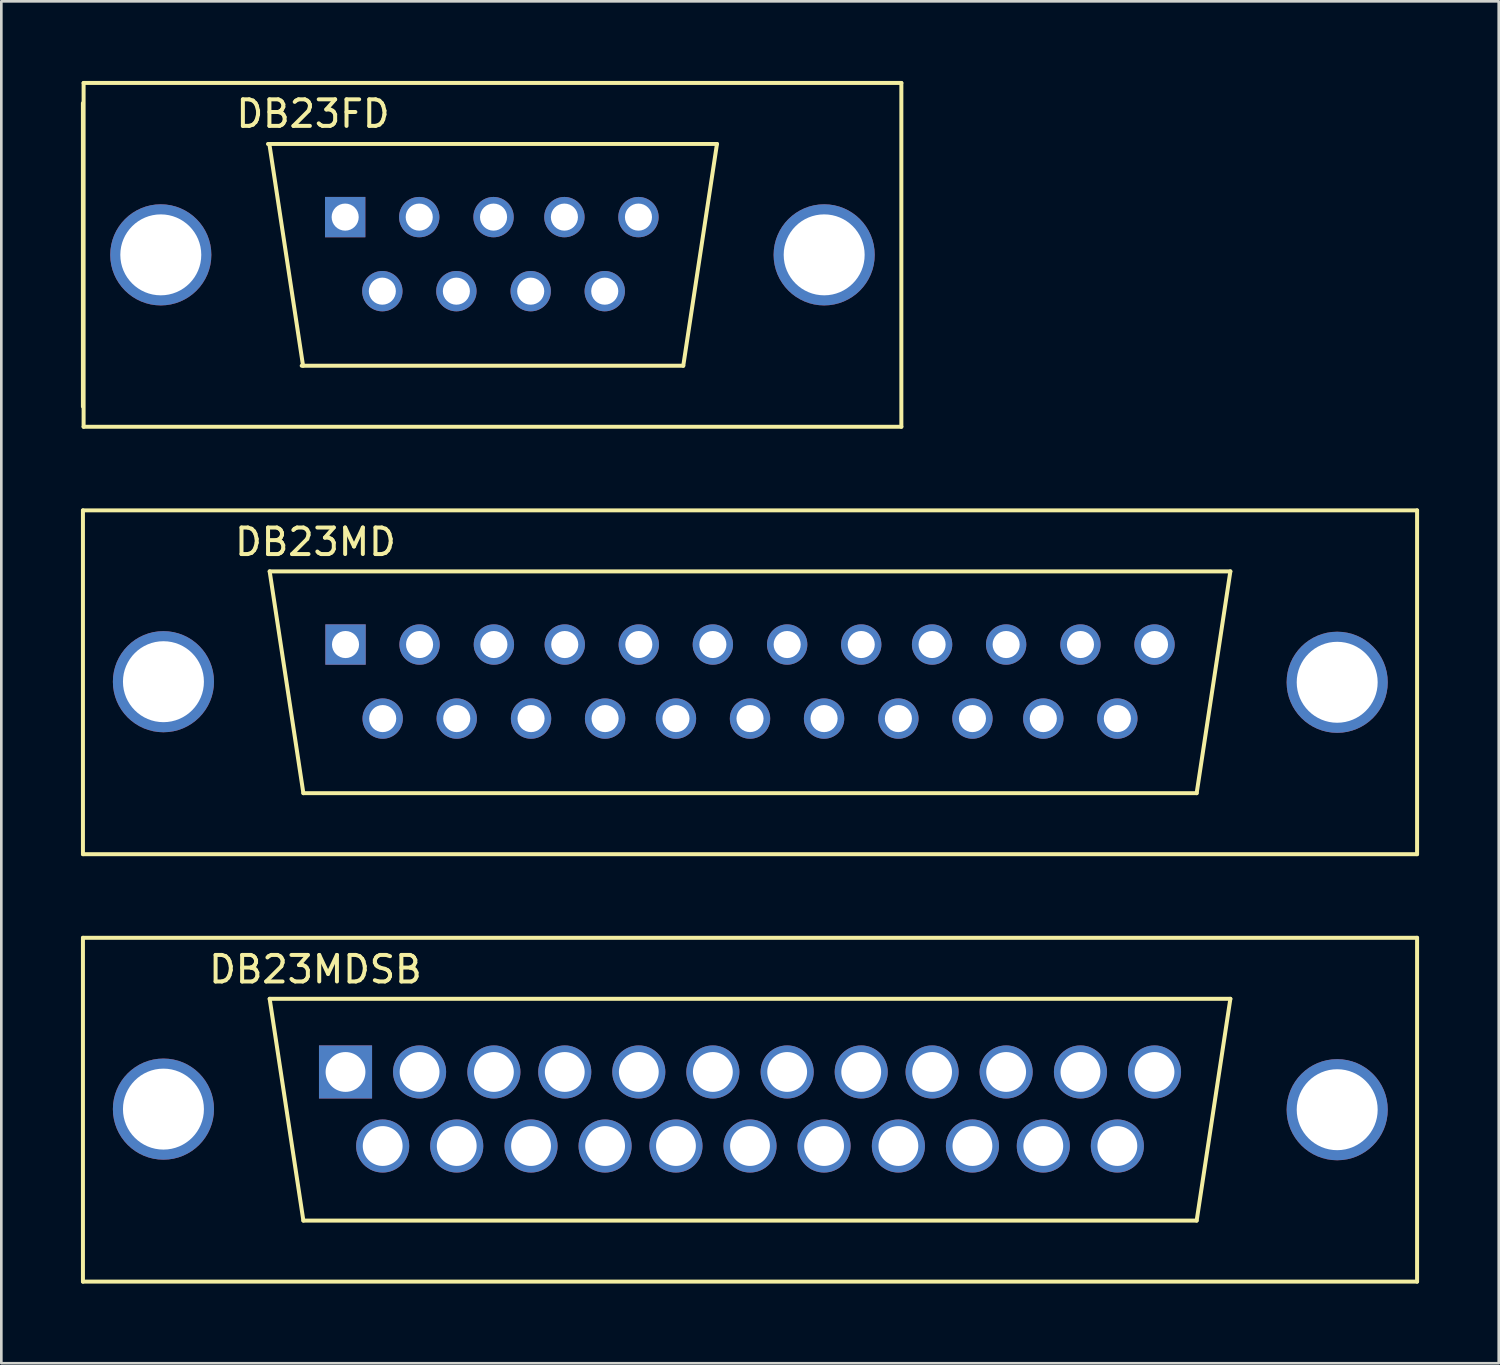
<source format=kicad_pcb>
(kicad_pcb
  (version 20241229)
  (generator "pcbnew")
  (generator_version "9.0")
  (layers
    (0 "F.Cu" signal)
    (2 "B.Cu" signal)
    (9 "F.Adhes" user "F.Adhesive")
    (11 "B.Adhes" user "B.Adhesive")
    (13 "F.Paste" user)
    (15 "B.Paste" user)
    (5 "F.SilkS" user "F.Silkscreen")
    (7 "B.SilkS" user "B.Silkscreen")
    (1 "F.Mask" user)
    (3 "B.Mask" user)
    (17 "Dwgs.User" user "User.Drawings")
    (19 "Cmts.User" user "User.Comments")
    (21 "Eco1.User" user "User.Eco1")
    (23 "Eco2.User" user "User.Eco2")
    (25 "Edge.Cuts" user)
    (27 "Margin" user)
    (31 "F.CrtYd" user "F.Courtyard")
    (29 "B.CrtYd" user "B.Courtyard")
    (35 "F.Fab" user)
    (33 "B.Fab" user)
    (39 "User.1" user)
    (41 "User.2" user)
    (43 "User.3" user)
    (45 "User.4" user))
  (footprint "DB23MD"
    (layer "F.Cu")
    (at 25.208 22.656)
    (property "Reference" "DB23MD" (at -16.373 -5.286 180) (layer "F.SilkS") (effects (font (size 1 1) (thickness 0.15))))
    (attr through_hole)
    (fp_line (start -25.133 -6.477) (end -25.133 6.477) (stroke (width 0.15) (type solid)) (layer "F.SilkS"))
    (fp_line (start -25.133 6.477) (end 25.133 6.477) (stroke (width 0.15) (type solid)) (layer "F.SilkS"))
    (fp_line (start -18.098 -4.178) (end -16.828 4.178) (stroke (width 0.15) (type solid)) (layer "F.SilkS"))
    (fp_line (start -18.098 -4.178) (end 18.098 -4.178) (stroke (width 0.15) (type solid)) (layer "F.SilkS"))
    (fp_line (start -16.828 4.178) (end 16.828 4.178) (stroke (width 0.15) (type solid)) (layer "F.SilkS"))
    (fp_line (start 16.828 4.178) (end 18.098 -4.178) (stroke (width 0.15) (type solid)) (layer "F.SilkS"))
    (fp_line (start 25.133 -6.477) (end -25.133 -6.477) (stroke (width 0.15) (type solid)) (layer "F.SilkS"))
    (fp_line (start 25.133 6.477) (end 25.133 -6.477) (stroke (width 0.15) (type solid)) (layer "F.SilkS"))
    (pad "0" thru_hole circle (at -22.1 -0.022) (size 3.81 3.81) (drill 3.05) (layers "*.Cu" "*.Mask"))
    (pad "0" thru_hole circle (at 22.123 0) (size 3.81 3.81) (drill 3.05) (layers "*.Cu" "*.Mask"))
    (pad "1" thru_hole rect (at -15.24 -1.422) (size 1.52 1.52) (drill 1.02) (layers "*.Cu" "*.Mask"))
    (pad "2" thru_hole circle (at -12.45 -1.422) (size 1.52 1.52) (drill 1.02) (layers "*.Cu" "*.Mask"))
    (pad "3" thru_hole circle (at -9.65 -1.422) (size 1.52 1.52) (drill 1.02) (layers "*.Cu" "*.Mask"))
    (pad "4" thru_hole circle (at -6.98 -1.422) (size 1.52 1.52) (drill 1.02) (layers "*.Cu" "*.Mask"))
    (pad "5" thru_hole circle (at -4.19 -1.422) (size 1.52 1.52) (drill 1.02) (layers "*.Cu" "*.Mask"))
    (pad "6" thru_hole circle (at -1.4 -1.422) (size 1.52 1.52) (drill 1.02) (layers "*.Cu" "*.Mask"))
    (pad "7" thru_hole circle (at 1.4 -1.422) (size 1.52 1.52) (drill 1.02) (layers "*.Cu" "*.Mask"))
    (pad "8" thru_hole circle (at 4.19 -1.422) (size 1.52 1.52) (drill 1.02) (layers "*.Cu" "*.Mask"))
    (pad "9" thru_hole circle (at 6.86 -1.422) (size 1.52 1.52) (drill 1.02) (layers "*.Cu" "*.Mask"))
    (pad "10" thru_hole circle (at 9.65 -1.422) (size 1.52 1.52) (drill 1.02) (layers "*.Cu" "*.Mask"))
    (pad "11" thru_hole circle (at 12.45 -1.422) (size 1.52 1.52) (drill 1.02) (layers "*.Cu" "*.Mask"))
    (pad "12" thru_hole circle (at 15.24 -1.422) (size 1.52 1.52) (drill 1.02) (layers "*.Cu" "*.Mask"))
    (pad "13" thru_hole circle (at -13.84 1.368) (size 1.52 1.52) (drill 1.02) (layers "*.Cu" "*.Mask"))
    (pad "14" thru_hole circle (at -11.05 1.368) (size 1.52 1.52) (drill 1.02) (layers "*.Cu" "*.Mask"))
    (pad "15" thru_hole circle (at -8.25 1.368) (size 1.52 1.52) (drill 1.02) (layers "*.Cu" "*.Mask"))
    (pad "16" thru_hole circle (at -5.46 1.368) (size 1.52 1.52) (drill 1.02) (layers "*.Cu" "*.Mask"))
    (pad "17" thru_hole circle (at -2.79 1.368) (size 1.52 1.52) (drill 1.02) (layers "*.Cu" "*.Mask"))
    (pad "18" thru_hole circle (at 0 1.368) (size 1.52 1.52) (drill 1.02) (layers "*.Cu" "*.Mask"))
    (pad "19" thru_hole circle (at 2.79 1.368) (size 1.52 1.52) (drill 1.02) (layers "*.Cu" "*.Mask"))
    (pad "20" thru_hole circle (at 5.59 1.368) (size 1.52 1.52) (drill 1.02) (layers "*.Cu" "*.Mask"))
    (pad "21" thru_hole circle (at 8.38 1.368) (size 1.52 1.52) (drill 1.02) (layers "*.Cu" "*.Mask"))
    (pad "22" thru_hole circle (at 11.05 1.368) (size 1.52 1.52) (drill 1.02) (layers "*.Cu" "*.Mask"))
    (pad "23" thru_hole circle (at 13.84 1.368) (size 1.52 1.52) (drill 1.02) (layers "*.Cu" "*.Mask")))
  (footprint "DB23MDSB"
    (layer "F.Cu")
    (at 25.208 38.76)
    (property "Reference" "DB23MDSB" (at -16.373 -5.286 180) (layer "F.SilkS") (effects (font (size 1 1) (thickness 0.15))))
    (attr through_hole)
    (fp_line (start -25.133 -6.477) (end -25.133 6.477) (stroke (width 0.15) (type solid)) (layer "F.SilkS"))
    (fp_line (start -25.133 6.477) (end 25.133 6.477) (stroke (width 0.15) (type solid)) (layer "F.SilkS"))
    (fp_line (start -18.098 -4.178) (end -16.828 4.178) (stroke (width 0.15) (type solid)) (layer "F.SilkS"))
    (fp_line (start -18.098 -4.178) (end 18.098 -4.178) (stroke (width 0.15) (type solid)) (layer "F.SilkS"))
    (fp_line (start -16.828 4.178) (end 16.828 4.178) (stroke (width 0.15) (type solid)) (layer "F.SilkS"))
    (fp_line (start 16.828 4.178) (end 18.098 -4.178) (stroke (width 0.15) (type solid)) (layer "F.SilkS"))
    (fp_line (start 25.133 -6.477) (end -25.133 -6.477) (stroke (width 0.15) (type solid)) (layer "F.SilkS"))
    (fp_line (start 25.133 6.477) (end 25.133 -6.477) (stroke (width 0.15) (type solid)) (layer "F.SilkS"))
    (pad "0" thru_hole circle (at -22.1 -0.022) (size 3.81 3.81) (drill 3.05) (layers "*.Cu" "*.Mask"))
    (pad "0" thru_hole circle (at 22.123 0) (size 3.81 3.81) (drill 3.05) (layers "*.Cu" "*.Mask"))
    (pad "1" thru_hole rect (at -15.24 -1.422) (size 2 2) (drill 1.5) (layers "*.Cu" "*.Mask"))
    (pad "2" thru_hole circle (at -12.45 -1.422) (size 2 2) (drill 1.5) (layers "*.Cu" "*.Mask"))
    (pad "3" thru_hole circle (at -9.65 -1.422) (size 2 2) (drill 1.5) (layers "*.Cu" "*.Mask"))
    (pad "4" thru_hole circle (at -6.98 -1.422) (size 2 2) (drill 1.5) (layers "*.Cu" "*.Mask"))
    (pad "5" thru_hole circle (at -4.19 -1.422) (size 2 2) (drill 1.5) (layers "*.Cu" "*.Mask"))
    (pad "6" thru_hole circle (at -1.4 -1.422) (size 2 2) (drill 1.5) (layers "*.Cu" "*.Mask"))
    (pad "7" thru_hole circle (at 1.4 -1.422) (size 2 2) (drill 1.5) (layers "*.Cu" "*.Mask"))
    (pad "8" thru_hole circle (at 4.19 -1.422) (size 2 2) (drill 1.5) (layers "*.Cu" "*.Mask"))
    (pad "9" thru_hole circle (at 6.86 -1.422) (size 2 2) (drill 1.5) (layers "*.Cu" "*.Mask"))
    (pad "10" thru_hole circle (at 9.65 -1.422) (size 2 2) (drill 1.5) (layers "*.Cu" "*.Mask"))
    (pad "11" thru_hole circle (at 12.45 -1.422) (size 2 2) (drill 1.5) (layers "*.Cu" "*.Mask"))
    (pad "12" thru_hole circle (at 15.24 -1.422) (size 2 2) (drill 1.5) (layers "*.Cu" "*.Mask"))
    (pad "13" thru_hole circle (at -13.84 1.368) (size 2 2) (drill 1.5) (layers "*.Cu" "*.Mask"))
    (pad "14" thru_hole circle (at -11.05 1.368) (size 2 2) (drill 1.5) (layers "*.Cu" "*.Mask"))
    (pad "15" thru_hole circle (at -8.25 1.368) (size 2 2) (drill 1.5) (layers "*.Cu" "*.Mask"))
    (pad "16" thru_hole circle (at -5.46 1.368) (size 2 2) (drill 1.5) (layers "*.Cu" "*.Mask"))
    (pad "17" thru_hole circle (at -2.79 1.368) (size 2 2) (drill 1.5) (layers "*.Cu" "*.Mask"))
    (pad "18" thru_hole circle (at 0 1.368) (size 2 2) (drill 1.5) (layers "*.Cu" "*.Mask"))
    (pad "19" thru_hole circle (at 2.79 1.368) (size 2 2) (drill 1.5) (layers "*.Cu" "*.Mask"))
    (pad "20" thru_hole circle (at 5.59 1.368) (size 2 2) (drill 1.5) (layers "*.Cu" "*.Mask"))
    (pad "21" thru_hole circle (at 8.38 1.368) (size 2 2) (drill 1.5) (layers "*.Cu" "*.Mask"))
    (pad "22" thru_hole circle (at 11.05 1.368) (size 2 2) (drill 1.5) (layers "*.Cu" "*.Mask"))
    (pad "23" thru_hole circle (at 13.84 1.368) (size 2 2) (drill 1.5) (layers "*.Cu" "*.Mask")))
  (footprint "DB23FD"
    (layer "F.Cu")
    (at 15.505 6.552)
    (property "Reference" "DB23FD" (at -6.761 -5.314 180) (layer "F.SilkS") (effects (font (size 1 1) (thickness 0.15))))
    (attr through_hole)
    (fp_line (start -15.431 -5.715) (end -15.431 5.715) (stroke (width 0.15) (type solid)) (layer "F.SilkS"))
    (fp_line (start -15.405 -6.477) (end 15.405 -6.477) (stroke (width 0.15) (type solid)) (layer "F.SilkS"))
    (fp_line (start -15.405 6.477) (end -15.405 -6.477) (stroke (width 0.15) (type solid)) (layer "F.SilkS"))
    (fp_line (start -8.407 -4.178) (end -7.137 4.178) (stroke (width 0.15) (type solid)) (layer "F.SilkS"))
    (fp_line (start 7.188 4.178) (end -7.188 4.178) (stroke (width 0.15) (type solid)) (layer "F.SilkS"))
    (fp_line (start 8.458 -4.178) (end -8.458 -4.178) (stroke (width 0.15) (type solid)) (layer "F.SilkS"))
    (fp_line (start 8.458 -4.178) (end 7.188 4.178) (stroke (width 0.15) (type solid)) (layer "F.SilkS"))
    (fp_line (start 15.405 -6.477) (end 15.405 6.477) (stroke (width 0.15) (type solid)) (layer "F.SilkS"))
    (fp_line (start 15.405 6.477) (end -15.405 6.477) (stroke (width 0.15) (type solid)) (layer "F.SilkS"))
    (pad "0" thru_hole circle (at -12.497 0) (size 3.81 3.81) (drill 3.05) (layers "*.Cu" "*.Mask"))
    (pad "0" thru_hole circle (at 12.497 0) (size 3.81 3.81) (drill 3.05) (layers "*.Cu" "*.Mask"))
    (pad "1" thru_hole rect (at -5.55 -1.422) (size 1.52 1.52) (drill 1.02) (layers "*.Cu" "*.Mask"))
    (pad "2" thru_hole circle (at -2.76 -1.422) (size 1.52 1.52) (drill 1.02) (layers "*.Cu" "*.Mask"))
    (pad "3" thru_hole circle (at 0.04 -1.422) (size 1.52 1.52) (drill 1.02) (layers "*.Cu" "*.Mask"))
    (pad "4" thru_hole circle (at 2.71 -1.422) (size 1.52 1.52) (drill 1.02) (layers "*.Cu" "*.Mask"))
    (pad "5" thru_hole circle (at 5.5 -1.422) (size 1.52 1.52) (drill 1.02) (layers "*.Cu" "*.Mask"))
    (pad "13" thru_hole circle (at -4.15 1.368) (size 1.52 1.52) (drill 1.02) (layers "*.Cu" "*.Mask"))
    (pad "14" thru_hole circle (at -1.36 1.368) (size 1.52 1.52) (drill 1.02) (layers "*.Cu" "*.Mask"))
    (pad "15" thru_hole circle (at 1.44 1.368) (size 1.52 1.52) (drill 1.02) (layers "*.Cu" "*.Mask"))
    (pad "16" thru_hole circle (at 4.23 1.368) (size 1.52 1.52) (drill 1.02) (layers "*.Cu" "*.Mask")))
  (gr_rect
    (start -3 -3)
    (end 53.417 48.312)
    (stroke (width 0.1) (type default))
    (fill no)
    (layer "Edge.Cuts")))
</source>
